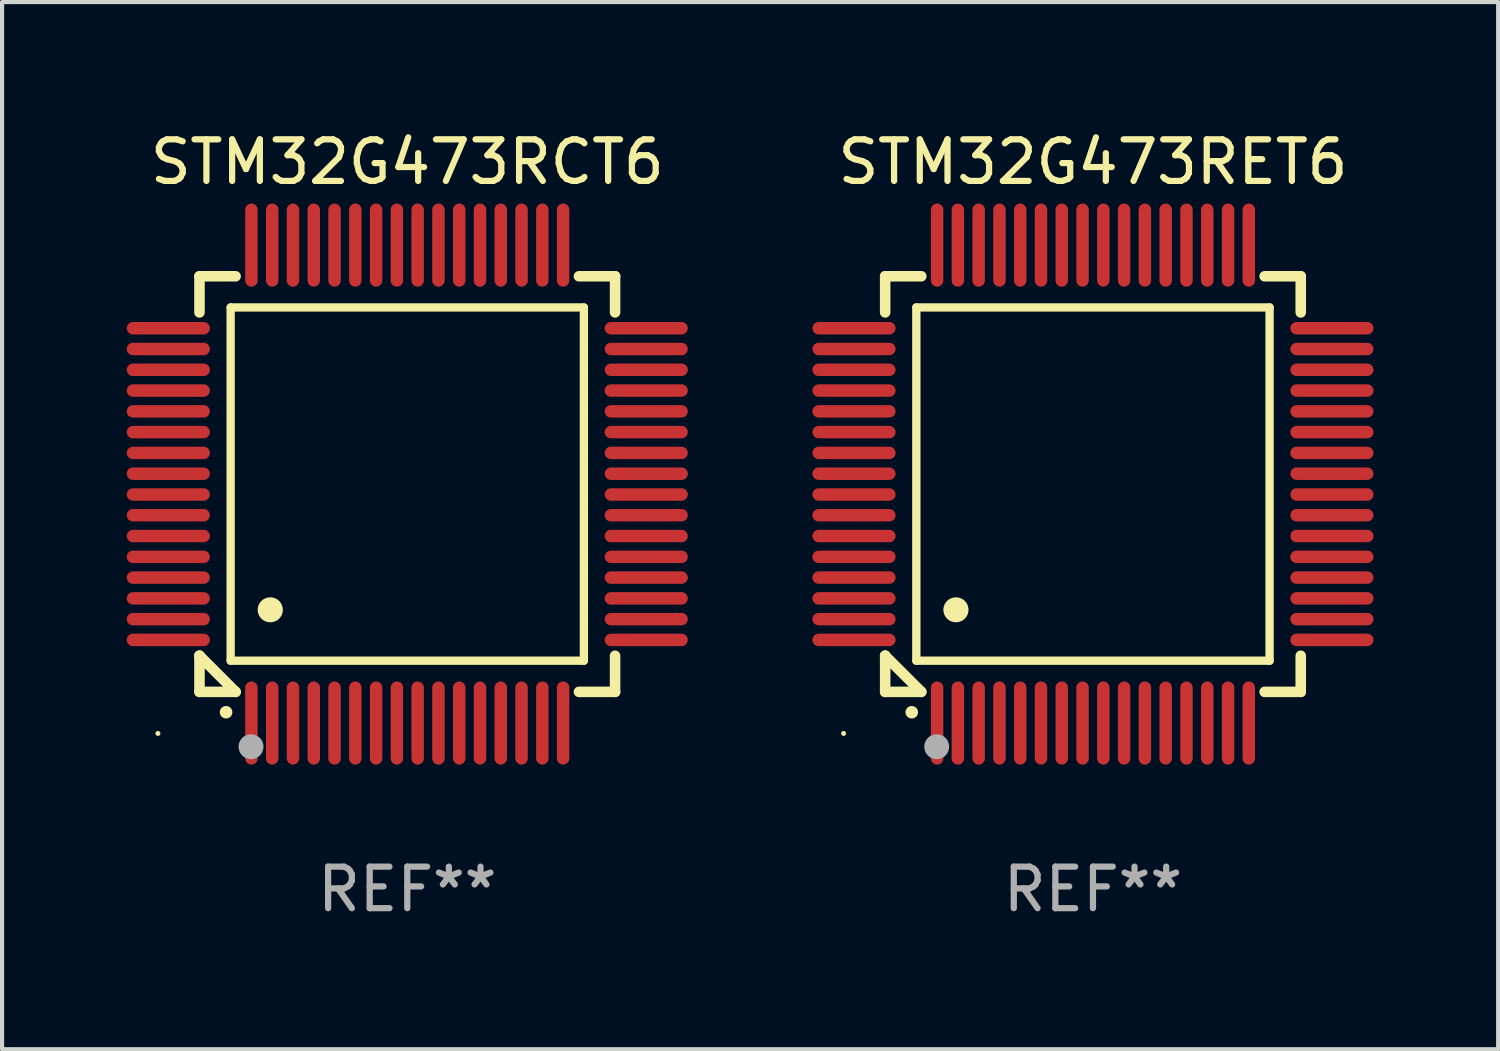
<source format=kicad_pcb>
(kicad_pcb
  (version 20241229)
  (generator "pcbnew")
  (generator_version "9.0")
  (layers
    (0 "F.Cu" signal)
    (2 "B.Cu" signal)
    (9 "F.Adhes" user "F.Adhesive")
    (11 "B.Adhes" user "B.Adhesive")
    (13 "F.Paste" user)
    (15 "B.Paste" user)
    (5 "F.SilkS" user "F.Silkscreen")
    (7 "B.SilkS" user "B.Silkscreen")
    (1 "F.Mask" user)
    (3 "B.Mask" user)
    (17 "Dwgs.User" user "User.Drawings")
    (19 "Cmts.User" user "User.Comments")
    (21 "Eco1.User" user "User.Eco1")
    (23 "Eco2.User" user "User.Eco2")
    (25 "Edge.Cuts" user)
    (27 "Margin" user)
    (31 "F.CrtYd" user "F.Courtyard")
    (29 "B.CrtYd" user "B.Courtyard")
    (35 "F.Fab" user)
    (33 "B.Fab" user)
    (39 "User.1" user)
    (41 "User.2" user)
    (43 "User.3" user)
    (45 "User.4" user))
  (footprint "STM32G473RET6"
    (layer "F.Cu")
    (at 23.249 8.598)
    (property "Reference" "STM32G473RET6" (at 0 -7.75 0) (layer "F.SilkS") (effects (font (size 1 1) (thickness 0.15))))
    (attr through_hole)
    (fp_line (start -5 -5) (end -4.131 -5) (stroke (width 0.254) (type solid)) (layer "F.SilkS"))
    (fp_line (start -5 -4.131) (end -5 -5) (stroke (width 0.254) (type solid)) (layer "F.SilkS"))
    (fp_line (start -5 4.131) (end -5 4.131) (stroke (width 0.254) (type solid)) (layer "F.SilkS"))
    (fp_line (start -5 5) (end -5 4.131) (stroke (width 0.254) (type solid)) (layer "F.SilkS"))
    (fp_line (start -5 4.131) (end -4.131 5) (stroke (width 0.254) (type solid)) (layer "F.SilkS"))
    (fp_line (start -4.25 -4.25) (end -4.25 4.25) (stroke (width 0.2) (type solid)) (layer "F.SilkS"))
    (fp_line (start -4.25 4.25) (end 4.25 4.25) (stroke (width 0.2) (type solid)) (layer "F.SilkS"))
    (fp_line (start -4.131 5) (end -5 5) (stroke (width 0.254) (type solid)) (layer "F.SilkS"))
    (fp_line (start 4.25 -4.25) (end -4.25 -4.25) (stroke (width 0.2) (type solid)) (layer "F.SilkS"))
    (fp_line (start 4.25 4.25) (end 4.25 -4.25) (stroke (width 0.2) (type solid)) (layer "F.SilkS"))
    (fp_line (start 5 -5) (end 4.131 -5) (stroke (width 0.254) (type solid)) (layer "F.SilkS"))
    (fp_line (start 5 -5) (end 5 -4.131) (stroke (width 0.254) (type solid)) (layer "F.SilkS"))
    (fp_line (start 5 4.131) (end 5 5) (stroke (width 0.254) (type solid)) (layer "F.SilkS"))
    (fp_line (start 5 5) (end 4.131 5) (stroke (width 0.254) (type solid)) (layer "F.SilkS"))
    (fp_arc (start -4.361265 5.489992) (mid -4.359995 5.489987) (end -4.358725 5.489992) (stroke (width 0.3) (type solid)) (layer "F.SilkS"))
    (fp_arc (start -3.299467 3.025146) (mid -3.296927 3.025135) (end -3.294387 3.025146) (stroke (width 0.6) (type solid)) (layer "F.SilkS"))
    (fp_circle (center -6 6) (end -5.97 6) (stroke (width 0.06) (type solid)) (fill no) (layer "F.SilkS"))
    (fp_circle (center -3.76 6.32) (end -3.61 6.32) (stroke (width 0.3) (type solid)) (fill no) (layer "F.Fab"))
    (fp_text user "REF**" (at 0 9.75 0) (layer "F.Fab") (effects (font (size 1 1) (thickness 0.15))))
    (pad "1" smd oval (at -3.75 5.75) (size 0.3 2) (layers "F.Cu" "F.Mask" "F.Paste"))
    (pad "2" smd oval (at -3.25 5.75) (size 0.3 2) (layers "F.Cu" "F.Mask" "F.Paste"))
    (pad "3" smd oval (at -2.75 5.75) (size 0.3 2) (layers "F.Cu" "F.Mask" "F.Paste"))
    (pad "4" smd oval (at -2.25 5.75) (size 0.3 2) (layers "F.Cu" "F.Mask" "F.Paste"))
    (pad "5" smd oval (at -1.75 5.75) (size 0.3 2) (layers "F.Cu" "F.Mask" "F.Paste"))
    (pad "6" smd oval (at -1.25 5.75) (size 0.3 2) (layers "F.Cu" "F.Mask" "F.Paste"))
    (pad "7" smd oval (at -0.75 5.75) (size 0.3 2) (layers "F.Cu" "F.Mask" "F.Paste"))
    (pad "8" smd oval (at -0.25 5.75) (size 0.3 2) (layers "F.Cu" "F.Mask" "F.Paste"))
    (pad "9" smd oval (at 0.25 5.75) (size 0.3 2) (layers "F.Cu" "F.Mask" "F.Paste"))
    (pad "10" smd oval (at 0.75 5.75) (size 0.3 2) (layers "F.Cu" "F.Mask" "F.Paste"))
    (pad "11" smd oval (at 1.25 5.75) (size 0.3 2) (layers "F.Cu" "F.Mask" "F.Paste"))
    (pad "12" smd oval (at 1.75 5.75) (size 0.3 2) (layers "F.Cu" "F.Mask" "F.Paste"))
    (pad "13" smd oval (at 2.25 5.75) (size 0.3 2) (layers "F.Cu" "F.Mask" "F.Paste"))
    (pad "14" smd oval (at 2.75 5.75) (size 0.3 2) (layers "F.Cu" "F.Mask" "F.Paste"))
    (pad "15" smd oval (at 3.25 5.75) (size 0.3 2) (layers "F.Cu" "F.Mask" "F.Paste"))
    (pad "16" smd oval (at 3.75 5.75) (size 0.3 2) (layers "F.Cu" "F.Mask" "F.Paste"))
    (pad "17" smd oval (at 5.75 3.75) (size 2 0.3) (layers "F.Cu" "F.Mask" "F.Paste"))
    (pad "18" smd oval (at 5.75 3.25) (size 2 0.3) (layers "F.Cu" "F.Mask" "F.Paste"))
    (pad "19" smd oval (at 5.75 2.75) (size 2 0.3) (layers "F.Cu" "F.Mask" "F.Paste"))
    (pad "20" smd oval (at 5.75 2.25) (size 2 0.3) (layers "F.Cu" "F.Mask" "F.Paste"))
    (pad "21" smd oval (at 5.75 1.75) (size 2 0.3) (layers "F.Cu" "F.Mask" "F.Paste"))
    (pad "22" smd oval (at 5.75 1.25) (size 2 0.3) (layers "F.Cu" "F.Mask" "F.Paste"))
    (pad "23" smd oval (at 5.75 0.75) (size 2 0.3) (layers "F.Cu" "F.Mask" "F.Paste"))
    (pad "24" smd oval (at 5.75 0.25) (size 2 0.3) (layers "F.Cu" "F.Mask" "F.Paste"))
    (pad "25" smd oval (at 5.75 -0.25) (size 2 0.3) (layers "F.Cu" "F.Mask" "F.Paste"))
    (pad "26" smd oval (at 5.75 -0.75) (size 2 0.3) (layers "F.Cu" "F.Mask" "F.Paste"))
    (pad "27" smd oval (at 5.75 -1.25) (size 2 0.3) (layers "F.Cu" "F.Mask" "F.Paste"))
    (pad "28" smd oval (at 5.75 -1.75) (size 2 0.3) (layers "F.Cu" "F.Mask" "F.Paste"))
    (pad "29" smd oval (at 5.75 -2.25) (size 2 0.3) (layers "F.Cu" "F.Mask" "F.Paste"))
    (pad "30" smd oval (at 5.75 -2.75) (size 2 0.3) (layers "F.Cu" "F.Mask" "F.Paste"))
    (pad "31" smd oval (at 5.75 -3.25) (size 2 0.3) (layers "F.Cu" "F.Mask" "F.Paste"))
    (pad "32" smd oval (at 5.75 -3.75) (size 2 0.3) (layers "F.Cu" "F.Mask" "F.Paste"))
    (pad "33" smd oval (at 3.75 -5.75) (size 0.3 2) (layers "F.Cu" "F.Mask" "F.Paste"))
    (pad "34" smd oval (at 3.25 -5.75) (size 0.3 2) (layers "F.Cu" "F.Mask" "F.Paste"))
    (pad "35" smd oval (at 2.75 -5.75) (size 0.3 2) (layers "F.Cu" "F.Mask" "F.Paste"))
    (pad "36" smd oval (at 2.25 -5.75) (size 0.3 2) (layers "F.Cu" "F.Mask" "F.Paste"))
    (pad "37" smd oval (at 1.75 -5.75) (size 0.3 2) (layers "F.Cu" "F.Mask" "F.Paste"))
    (pad "38" smd oval (at 1.25 -5.75) (size 0.3 2) (layers "F.Cu" "F.Mask" "F.Paste"))
    (pad "39" smd oval (at 0.75 -5.75) (size 0.3 2) (layers "F.Cu" "F.Mask" "F.Paste"))
    (pad "40" smd oval (at 0.25 -5.75) (size 0.3 2) (layers "F.Cu" "F.Mask" "F.Paste"))
    (pad "41" smd oval (at -0.25 -5.75) (size 0.3 2) (layers "F.Cu" "F.Mask" "F.Paste"))
    (pad "42" smd oval (at -0.75 -5.75) (size 0.3 2) (layers "F.Cu" "F.Mask" "F.Paste"))
    (pad "43" smd oval (at -1.25 -5.75) (size 0.3 2) (layers "F.Cu" "F.Mask" "F.Paste"))
    (pad "44" smd oval (at -1.75 -5.75) (size 0.3 2) (layers "F.Cu" "F.Mask" "F.Paste"))
    (pad "45" smd oval (at -2.25 -5.75) (size 0.3 2) (layers "F.Cu" "F.Mask" "F.Paste"))
    (pad "46" smd oval (at -2.75 -5.75) (size 0.3 2) (layers "F.Cu" "F.Mask" "F.Paste"))
    (pad "47" smd oval (at -3.25 -5.75) (size 0.3 2) (layers "F.Cu" "F.Mask" "F.Paste"))
    (pad "48" smd oval (at -3.75 -5.75) (size 0.3 2) (layers "F.Cu" "F.Mask" "F.Paste"))
    (pad "49" smd oval (at -5.75 -3.75) (size 2 0.3) (layers "F.Cu" "F.Mask" "F.Paste"))
    (pad "50" smd oval (at -5.75 -3.25) (size 2 0.3) (layers "F.Cu" "F.Mask" "F.Paste"))
    (pad "51" smd oval (at -5.75 -2.75) (size 2 0.3) (layers "F.Cu" "F.Mask" "F.Paste"))
    (pad "52" smd oval (at -5.75 -2.25) (size 2 0.3) (layers "F.Cu" "F.Mask" "F.Paste"))
    (pad "53" smd oval (at -5.75 -1.75) (size 2 0.3) (layers "F.Cu" "F.Mask" "F.Paste"))
    (pad "54" smd oval (at -5.75 -1.25) (size 2 0.3) (layers "F.Cu" "F.Mask" "F.Paste"))
    (pad "55" smd oval (at -5.75 -0.75) (size 2 0.3) (layers "F.Cu" "F.Mask" "F.Paste"))
    (pad "56" smd oval (at -5.75 -0.25) (size 2 0.3) (layers "F.Cu" "F.Mask" "F.Paste"))
    (pad "57" smd oval (at -5.75 0.25) (size 2 0.3) (layers "F.Cu" "F.Mask" "F.Paste"))
    (pad "58" smd oval (at -5.75 0.75) (size 2 0.3) (layers "F.Cu" "F.Mask" "F.Paste"))
    (pad "59" smd oval (at -5.75 1.25) (size 2 0.3) (layers "F.Cu" "F.Mask" "F.Paste"))
    (pad "60" smd oval (at -5.75 1.75) (size 2 0.3) (layers "F.Cu" "F.Mask" "F.Paste"))
    (pad "61" smd oval (at -5.75 2.25) (size 2 0.3) (layers "F.Cu" "F.Mask" "F.Paste"))
    (pad "62" smd oval (at -5.75 2.75) (size 2 0.3) (layers "F.Cu" "F.Mask" "F.Paste"))
    (pad "63" smd oval (at -5.75 3.25) (size 2 0.3) (layers "F.Cu" "F.Mask" "F.Paste"))
    (pad "64" smd oval (at -5.75 3.75) (size 2 0.3) (layers "F.Cu" "F.Mask" "F.Paste")))
  (footprint "STM32G473RCT6"
    (layer "F.Cu")
    (at 6.75 8.598)
    (property "Reference" "STM32G473RCT6" (at 0 -7.75 0) (layer "F.SilkS") (effects (font (size 1 1) (thickness 0.15))))
    (attr through_hole)
    (fp_line (start -5 -5) (end -4.131 -5) (stroke (width 0.254) (type solid)) (layer "F.SilkS"))
    (fp_line (start -5 -4.131) (end -5 -5) (stroke (width 0.254) (type solid)) (layer "F.SilkS"))
    (fp_line (start -5 4.131) (end -5 4.131) (stroke (width 0.254) (type solid)) (layer "F.SilkS"))
    (fp_line (start -5 5) (end -5 4.131) (stroke (width 0.254) (type solid)) (layer "F.SilkS"))
    (fp_line (start -5 4.131) (end -4.131 5) (stroke (width 0.254) (type solid)) (layer "F.SilkS"))
    (fp_line (start -4.25 -4.25) (end -4.25 4.25) (stroke (width 0.2) (type solid)) (layer "F.SilkS"))
    (fp_line (start -4.25 4.25) (end 4.25 4.25) (stroke (width 0.2) (type solid)) (layer "F.SilkS"))
    (fp_line (start -4.131 5) (end -5 5) (stroke (width 0.254) (type solid)) (layer "F.SilkS"))
    (fp_line (start 4.25 -4.25) (end -4.25 -4.25) (stroke (width 0.2) (type solid)) (layer "F.SilkS"))
    (fp_line (start 4.25 4.25) (end 4.25 -4.25) (stroke (width 0.2) (type solid)) (layer "F.SilkS"))
    (fp_line (start 5 -5) (end 4.131 -5) (stroke (width 0.254) (type solid)) (layer "F.SilkS"))
    (fp_line (start 5 -5) (end 5 -4.131) (stroke (width 0.254) (type solid)) (layer "F.SilkS"))
    (fp_line (start 5 4.131) (end 5 5) (stroke (width 0.254) (type solid)) (layer "F.SilkS"))
    (fp_line (start 5 5) (end 4.131 5) (stroke (width 0.254) (type solid)) (layer "F.SilkS"))
    (fp_arc (start -4.361265 5.489992) (mid -4.359995 5.489987) (end -4.358725 5.489992) (stroke (width 0.3) (type solid)) (layer "F.SilkS"))
    (fp_arc (start -3.299467 3.025146) (mid -3.296927 3.025135) (end -3.294387 3.025146) (stroke (width 0.6) (type solid)) (layer "F.SilkS"))
    (fp_circle (center -6 6) (end -5.97 6) (stroke (width 0.06) (type solid)) (fill no) (layer "F.SilkS"))
    (fp_circle (center -3.76 6.32) (end -3.61 6.32) (stroke (width 0.3) (type solid)) (fill no) (layer "F.Fab"))
    (fp_text user "REF**" (at 0 9.75 0) (layer "F.Fab") (effects (font (size 1 1) (thickness 0.15))))
    (pad "1" smd oval (at -3.75 5.75) (size 0.3 2) (layers "F.Cu" "F.Mask" "F.Paste"))
    (pad "2" smd oval (at -3.25 5.75) (size 0.3 2) (layers "F.Cu" "F.Mask" "F.Paste"))
    (pad "3" smd oval (at -2.75 5.75) (size 0.3 2) (layers "F.Cu" "F.Mask" "F.Paste"))
    (pad "4" smd oval (at -2.25 5.75) (size 0.3 2) (layers "F.Cu" "F.Mask" "F.Paste"))
    (pad "5" smd oval (at -1.75 5.75) (size 0.3 2) (layers "F.Cu" "F.Mask" "F.Paste"))
    (pad "6" smd oval (at -1.25 5.75) (size 0.3 2) (layers "F.Cu" "F.Mask" "F.Paste"))
    (pad "7" smd oval (at -0.75 5.75) (size 0.3 2) (layers "F.Cu" "F.Mask" "F.Paste"))
    (pad "8" smd oval (at -0.25 5.75) (size 0.3 2) (layers "F.Cu" "F.Mask" "F.Paste"))
    (pad "9" smd oval (at 0.25 5.75) (size 0.3 2) (layers "F.Cu" "F.Mask" "F.Paste"))
    (pad "10" smd oval (at 0.75 5.75) (size 0.3 2) (layers "F.Cu" "F.Mask" "F.Paste"))
    (pad "11" smd oval (at 1.25 5.75) (size 0.3 2) (layers "F.Cu" "F.Mask" "F.Paste"))
    (pad "12" smd oval (at 1.75 5.75) (size 0.3 2) (layers "F.Cu" "F.Mask" "F.Paste"))
    (pad "13" smd oval (at 2.25 5.75) (size 0.3 2) (layers "F.Cu" "F.Mask" "F.Paste"))
    (pad "14" smd oval (at 2.75 5.75) (size 0.3 2) (layers "F.Cu" "F.Mask" "F.Paste"))
    (pad "15" smd oval (at 3.25 5.75) (size 0.3 2) (layers "F.Cu" "F.Mask" "F.Paste"))
    (pad "16" smd oval (at 3.75 5.75) (size 0.3 2) (layers "F.Cu" "F.Mask" "F.Paste"))
    (pad "17" smd oval (at 5.75 3.75) (size 2 0.3) (layers "F.Cu" "F.Mask" "F.Paste"))
    (pad "18" smd oval (at 5.75 3.25) (size 2 0.3) (layers "F.Cu" "F.Mask" "F.Paste"))
    (pad "19" smd oval (at 5.75 2.75) (size 2 0.3) (layers "F.Cu" "F.Mask" "F.Paste"))
    (pad "20" smd oval (at 5.75 2.25) (size 2 0.3) (layers "F.Cu" "F.Mask" "F.Paste"))
    (pad "21" smd oval (at 5.75 1.75) (size 2 0.3) (layers "F.Cu" "F.Mask" "F.Paste"))
    (pad "22" smd oval (at 5.75 1.25) (size 2 0.3) (layers "F.Cu" "F.Mask" "F.Paste"))
    (pad "23" smd oval (at 5.75 0.75) (size 2 0.3) (layers "F.Cu" "F.Mask" "F.Paste"))
    (pad "24" smd oval (at 5.75 0.25) (size 2 0.3) (layers "F.Cu" "F.Mask" "F.Paste"))
    (pad "25" smd oval (at 5.75 -0.25) (size 2 0.3) (layers "F.Cu" "F.Mask" "F.Paste"))
    (pad "26" smd oval (at 5.75 -0.75) (size 2 0.3) (layers "F.Cu" "F.Mask" "F.Paste"))
    (pad "27" smd oval (at 5.75 -1.25) (size 2 0.3) (layers "F.Cu" "F.Mask" "F.Paste"))
    (pad "28" smd oval (at 5.75 -1.75) (size 2 0.3) (layers "F.Cu" "F.Mask" "F.Paste"))
    (pad "29" smd oval (at 5.75 -2.25) (size 2 0.3) (layers "F.Cu" "F.Mask" "F.Paste"))
    (pad "30" smd oval (at 5.75 -2.75) (size 2 0.3) (layers "F.Cu" "F.Mask" "F.Paste"))
    (pad "31" smd oval (at 5.75 -3.25) (size 2 0.3) (layers "F.Cu" "F.Mask" "F.Paste"))
    (pad "32" smd oval (at 5.75 -3.75) (size 2 0.3) (layers "F.Cu" "F.Mask" "F.Paste"))
    (pad "33" smd oval (at 3.75 -5.75) (size 0.3 2) (layers "F.Cu" "F.Mask" "F.Paste"))
    (pad "34" smd oval (at 3.25 -5.75) (size 0.3 2) (layers "F.Cu" "F.Mask" "F.Paste"))
    (pad "35" smd oval (at 2.75 -5.75) (size 0.3 2) (layers "F.Cu" "F.Mask" "F.Paste"))
    (pad "36" smd oval (at 2.25 -5.75) (size 0.3 2) (layers "F.Cu" "F.Mask" "F.Paste"))
    (pad "37" smd oval (at 1.75 -5.75) (size 0.3 2) (layers "F.Cu" "F.Mask" "F.Paste"))
    (pad "38" smd oval (at 1.25 -5.75) (size 0.3 2) (layers "F.Cu" "F.Mask" "F.Paste"))
    (pad "39" smd oval (at 0.75 -5.75) (size 0.3 2) (layers "F.Cu" "F.Mask" "F.Paste"))
    (pad "40" smd oval (at 0.25 -5.75) (size 0.3 2) (layers "F.Cu" "F.Mask" "F.Paste"))
    (pad "41" smd oval (at -0.25 -5.75) (size 0.3 2) (layers "F.Cu" "F.Mask" "F.Paste"))
    (pad "42" smd oval (at -0.75 -5.75) (size 0.3 2) (layers "F.Cu" "F.Mask" "F.Paste"))
    (pad "43" smd oval (at -1.25 -5.75) (size 0.3 2) (layers "F.Cu" "F.Mask" "F.Paste"))
    (pad "44" smd oval (at -1.75 -5.75) (size 0.3 2) (layers "F.Cu" "F.Mask" "F.Paste"))
    (pad "45" smd oval (at -2.25 -5.75) (size 0.3 2) (layers "F.Cu" "F.Mask" "F.Paste"))
    (pad "46" smd oval (at -2.75 -5.75) (size 0.3 2) (layers "F.Cu" "F.Mask" "F.Paste"))
    (pad "47" smd oval (at -3.25 -5.75) (size 0.3 2) (layers "F.Cu" "F.Mask" "F.Paste"))
    (pad "48" smd oval (at -3.75 -5.75) (size 0.3 2) (layers "F.Cu" "F.Mask" "F.Paste"))
    (pad "49" smd oval (at -5.75 -3.75) (size 2 0.3) (layers "F.Cu" "F.Mask" "F.Paste"))
    (pad "50" smd oval (at -5.75 -3.25) (size 2 0.3) (layers "F.Cu" "F.Mask" "F.Paste"))
    (pad "51" smd oval (at -5.75 -2.75) (size 2 0.3) (layers "F.Cu" "F.Mask" "F.Paste"))
    (pad "52" smd oval (at -5.75 -2.25) (size 2 0.3) (layers "F.Cu" "F.Mask" "F.Paste"))
    (pad "53" smd oval (at -5.75 -1.75) (size 2 0.3) (layers "F.Cu" "F.Mask" "F.Paste"))
    (pad "54" smd oval (at -5.75 -1.25) (size 2 0.3) (layers "F.Cu" "F.Mask" "F.Paste"))
    (pad "55" smd oval (at -5.75 -0.75) (size 2 0.3) (layers "F.Cu" "F.Mask" "F.Paste"))
    (pad "56" smd oval (at -5.75 -0.25) (size 2 0.3) (layers "F.Cu" "F.Mask" "F.Paste"))
    (pad "57" smd oval (at -5.75 0.25) (size 2 0.3) (layers "F.Cu" "F.Mask" "F.Paste"))
    (pad "58" smd oval (at -5.75 0.75) (size 2 0.3) (layers "F.Cu" "F.Mask" "F.Paste"))
    (pad "59" smd oval (at -5.75 1.25) (size 2 0.3) (layers "F.Cu" "F.Mask" "F.Paste"))
    (pad "60" smd oval (at -5.75 1.75) (size 2 0.3) (layers "F.Cu" "F.Mask" "F.Paste"))
    (pad "61" smd oval (at -5.75 2.25) (size 2 0.3) (layers "F.Cu" "F.Mask" "F.Paste"))
    (pad "62" smd oval (at -5.75 2.75) (size 2 0.3) (layers "F.Cu" "F.Mask" "F.Paste"))
    (pad "63" smd oval (at -5.75 3.25) (size 2 0.3) (layers "F.Cu" "F.Mask" "F.Paste"))
    (pad "64" smd oval (at -5.75 3.75) (size 2 0.3) (layers "F.Cu" "F.Mask" "F.Paste")))
  (gr_rect
    (start -3 -3)
    (end 32.999 22.196)
    (stroke (width 0.1) (type default))
    (fill no)
    (layer "Edge.Cuts")))
</source>
